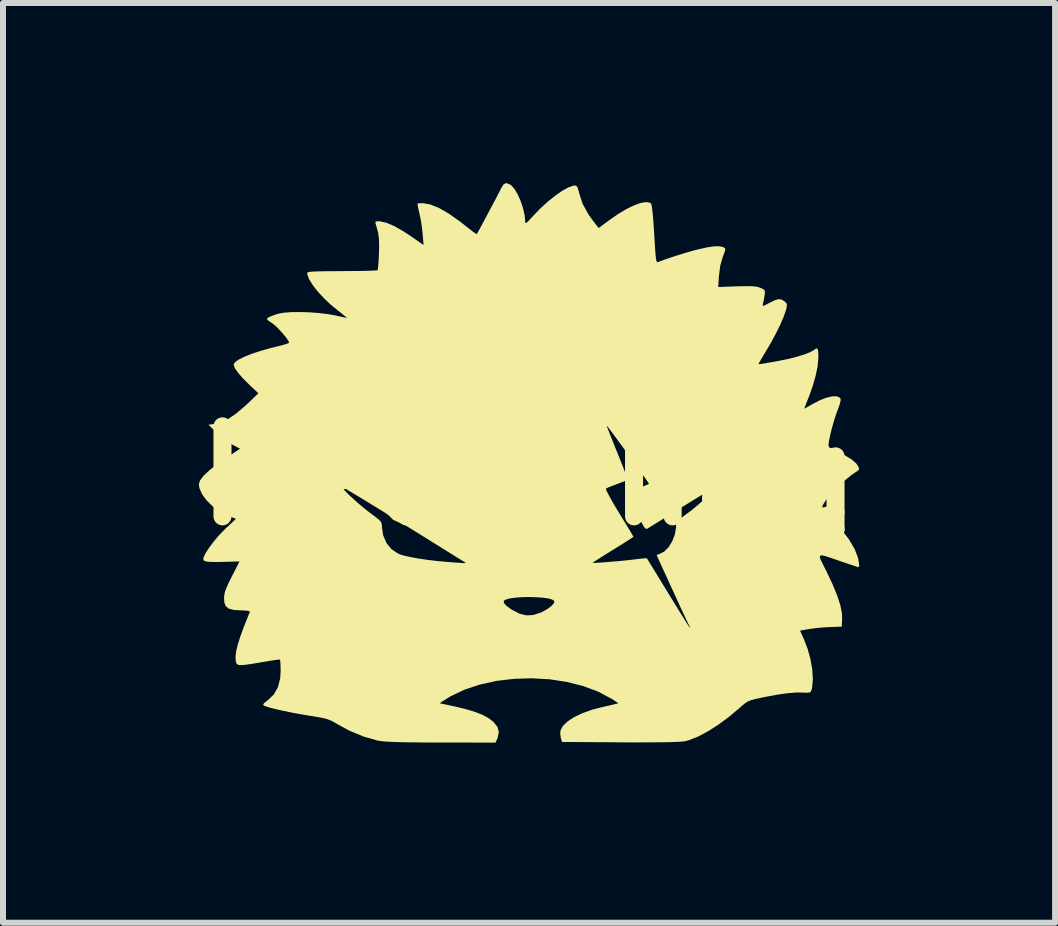
<source format=kicad_pcb>
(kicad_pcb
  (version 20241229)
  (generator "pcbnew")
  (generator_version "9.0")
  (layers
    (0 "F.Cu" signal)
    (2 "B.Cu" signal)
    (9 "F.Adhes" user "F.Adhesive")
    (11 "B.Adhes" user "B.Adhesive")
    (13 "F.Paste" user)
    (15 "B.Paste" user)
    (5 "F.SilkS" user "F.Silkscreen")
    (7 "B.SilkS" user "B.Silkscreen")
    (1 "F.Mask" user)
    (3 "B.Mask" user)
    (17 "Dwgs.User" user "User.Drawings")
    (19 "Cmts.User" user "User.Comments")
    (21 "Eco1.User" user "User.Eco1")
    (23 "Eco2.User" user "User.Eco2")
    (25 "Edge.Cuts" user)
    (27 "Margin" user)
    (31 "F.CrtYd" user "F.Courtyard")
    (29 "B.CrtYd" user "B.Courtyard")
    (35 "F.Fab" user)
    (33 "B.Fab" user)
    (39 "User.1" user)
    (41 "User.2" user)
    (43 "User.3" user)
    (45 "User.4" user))
  (footprint "Hedgehog"
    (layer "F.Cu")
    (at 5.764 4.875)
    (property "Reference" "Hedgehog" (at 0 0 0) (layer "F.SilkS") (effects (font (size 1.5 1.5) (thickness 0.3))))
    (attr board_only exclude_from_pos_files exclude_from_bom)
    (fp_poly (pts (xy -0.322 -4.854) (xy -0.292 -4.833) (xy -0.239 -4.773) (xy -0.186 -4.681) (xy -0.137 -4.57) (xy -0.098 -4.45) (xy -0.072 -4.334) (xy -0.064 -4.244) (xy -0.063 -4.217) (xy -0.054 -4.208) (xy -0.034 -4.22) (xy 0.004 -4.257) (xy 0.064 -4.322) (xy 0.076 -4.335) (xy 0.194 -4.457) (xy 0.318 -4.569) (xy 0.439 -4.666) (xy 0.553 -4.746) (xy 0.654 -4.802) (xy 0.736 -4.831) (xy 0.764 -4.835) (xy 0.791 -4.828) (xy 0.81 -4.8) (xy 0.827 -4.741) (xy 0.834 -4.712) (xy 0.893 -4.529) (xy 0.996 -4.344) (xy 1.066 -4.247) (xy 1.161 -4.126) (xy 1.349 -4.265) (xy 1.491 -4.363) (xy 1.627 -4.444) (xy 1.751 -4.504) (xy 1.86 -4.543) (xy 1.949 -4.558) (xy 2.012 -4.548) (xy 2.035 -4.531) (xy 2.044 -4.501) (xy 2.053 -4.433) (xy 2.064 -4.333) (xy 2.074 -4.206) (xy 2.084 -4.058) (xy 2.086 -4.023) (xy 2.095 -3.867) (xy 2.103 -3.749) (xy 2.11 -3.664) (xy 2.117 -3.607) (xy 2.125 -3.573) (xy 2.134 -3.558) (xy 2.145 -3.557) (xy 2.147 -3.558) (xy 2.235 -3.591) (xy 2.351 -3.631) (xy 2.483 -3.674) (xy 2.618 -3.715) (xy 2.743 -3.751) (xy 2.826 -3.772) (xy 2.979 -3.806) (xy 3.098 -3.822) (xy 3.185 -3.821) (xy 3.244 -3.804) (xy 3.264 -3.79) (xy 3.27 -3.77) (xy 3.262 -3.734) (xy 3.238 -3.671) (xy 3.23 -3.652) (xy 3.187 -3.502) (xy 3.165 -3.332) (xy 3.153 -3.143) (xy 3.462 -3.154) (xy 3.592 -3.157) (xy 3.688 -3.157) (xy 3.757 -3.153) (xy 3.809 -3.144) (xy 3.852 -3.131) (xy 3.855 -3.129) (xy 3.907 -3.105) (xy 3.929 -3.08) (xy 3.93 -3.038) (xy 3.925 -3.003) (xy 3.913 -2.933) (xy 3.901 -2.874) (xy 3.898 -2.863) (xy 3.893 -2.838) (xy 3.9 -2.829) (xy 3.927 -2.838) (xy 3.982 -2.866) (xy 4.007 -2.879) (xy 4.093 -2.921) (xy 4.155 -2.94) (xy 4.202 -2.936) (xy 4.247 -2.911) (xy 4.257 -2.903) (xy 4.287 -2.876) (xy 4.297 -2.848) (xy 4.292 -2.804) (xy 4.281 -2.758) (xy 4.244 -2.65) (xy 4.186 -2.515) (xy 4.109 -2.36) (xy 4.018 -2.193) (xy 3.957 -2.09) (xy 3.906 -2.004) (xy 3.864 -1.933) (xy 3.835 -1.883) (xy 3.825 -1.863) (xy 3.83 -1.859) (xy 3.847 -1.859) (xy 3.884 -1.864) (xy 3.944 -1.874) (xy 4.035 -1.89) (xy 4.163 -1.913) (xy 4.174 -1.915) (xy 4.323 -1.945) (xy 4.462 -1.981) (xy 4.584 -2.018) (xy 4.68 -2.056) (xy 4.743 -2.09) (xy 4.751 -2.097) (xy 4.785 -2.12) (xy 4.806 -2.114) (xy 4.818 -2.075) (xy 4.821 -1.999) (xy 4.82 -1.948) (xy 4.807 -1.815) (xy 4.774 -1.657) (xy 4.724 -1.485) (xy 4.662 -1.31) (xy 4.642 -1.262) (xy 4.614 -1.193) (xy 4.594 -1.141) (xy 4.588 -1.118) (xy 4.588 -1.117) (xy 4.609 -1.127) (xy 4.656 -1.154) (xy 4.72 -1.191) (xy 4.721 -1.191) (xy 4.843 -1.255) (xy 4.955 -1.299) (xy 5.052 -1.321) (xy 5.129 -1.322) (xy 5.179 -1.299) (xy 5.192 -1.279) (xy 5.191 -1.245) (xy 5.175 -1.184) (xy 5.149 -1.11) (xy 5.146 -1.104) (xy 5.112 -1.011) (xy 5.078 -0.903) (xy 5.046 -0.789) (xy 5.019 -0.681) (xy 5 -0.588) (xy 4.99 -0.521) (xy 4.99 -0.497) (xy 5.002 -0.466) (xy 5.034 -0.439) (xy 5.096 -0.41) (xy 5.132 -0.396) (xy 5.266 -0.337) (xy 5.374 -0.271) (xy 5.452 -0.203) (xy 5.479 -0.164) (xy 5.499 -0.12) (xy 5.495 -0.096) (xy 5.471 -0.078) (xy 5.359 -0.001) (xy 5.241 0.097) (xy 5.125 0.206) (xy 5.022 0.316) (xy 4.939 0.42) (xy 4.899 0.484) (xy 4.887 0.511) (xy 4.887 0.535) (xy 4.903 0.565) (xy 4.939 0.608) (xy 5 0.672) (xy 5.022 0.694) (xy 5.195 0.884) (xy 5.33 1.061) (xy 5.426 1.224) (xy 5.482 1.371) (xy 5.494 1.433) (xy 5.501 1.493) (xy 5.497 1.519) (xy 5.48 1.523) (xy 5.467 1.519) (xy 5.431 1.507) (xy 5.364 1.485) (xy 5.276 1.455) (xy 5.179 1.422) (xy 5.043 1.375) (xy 4.946 1.343) (xy 4.882 1.327) (xy 4.85 1.332) (xy 4.844 1.358) (xy 4.863 1.409) (xy 4.902 1.488) (xy 4.954 1.591) (xy 5.058 1.81) (xy 5.135 1.998) (xy 5.187 2.158) (xy 5.214 2.293) (xy 5.217 2.386) (xy 5.211 2.515) (xy 5.007 2.523) (xy 4.896 2.529) (xy 4.781 2.54) (xy 4.682 2.553) (xy 4.659 2.557) (xy 4.516 2.582) (xy 4.581 2.726) (xy 4.643 2.889) (xy 4.69 3.06) (xy 4.719 3.23) (xy 4.729 3.388) (xy 4.718 3.523) (xy 4.708 3.567) (xy 4.697 3.596) (xy 4.678 3.611) (xy 4.639 3.617) (xy 4.571 3.615) (xy 4.555 3.614) (xy 4.436 3.614) (xy 4.297 3.626) (xy 4.131 3.65) (xy 3.932 3.687) (xy 3.87 3.7) (xy 3.769 3.721) (xy 3.698 3.741) (xy 3.644 3.763) (xy 3.596 3.795) (xy 3.541 3.841) (xy 3.516 3.864) (xy 3.336 4.015) (xy 3.155 4.149) (xy 2.979 4.261) (xy 2.813 4.349) (xy 2.663 4.408) (xy 2.596 4.425) (xy 2.539 4.432) (xy 2.44 4.437) (xy 2.299 4.441) (xy 2.116 4.443) (xy 1.892 4.444) (xy 1.627 4.444) (xy 1.516 4.443) (xy 0.55 4.437) (xy 0.53 4.369) (xy 0.52 4.304) (xy 0.524 4.247) (xy 0.563 4.172) (xy 0.64 4.097) (xy 0.749 4.025) (xy 0.886 3.959) (xy 1.044 3.902) (xy 1.165 3.869) (xy 1.26 3.847) (xy 1.346 3.827) (xy 1.41 3.812) (xy 1.428 3.807) (xy 1.491 3.792) (xy 1.381 3.721) (xy 1.156 3.6) (xy 0.904 3.506) (xy 0.631 3.437) (xy 0.344 3.393) (xy 0.049 3.376) (xy -0.247 3.385) (xy -0.538 3.419) (xy -0.816 3.48) (xy -1.076 3.566) (xy -1.31 3.678) (xy -1.381 3.721) (xy -1.491 3.792) (xy -1.417 3.807) (xy -1.204 3.853) (xy -1.029 3.897) (xy -0.887 3.941) (xy -0.773 3.986) (xy -0.682 4.035) (xy -0.608 4.089) (xy -0.587 4.109) (xy -0.524 4.19) (xy -0.503 4.273) (xy -0.522 4.365) (xy -0.524 4.371) (xy -0.557 4.448) (xy -1.466 4.446) (xy -1.703 4.446) (xy -1.902 4.444) (xy -2.066 4.442) (xy -2.199 4.439) (xy -2.306 4.435) (xy -2.391 4.43) (xy -2.457 4.424) (xy -2.508 4.416) (xy -2.525 4.413) (xy -2.753 4.348) (xy -2.986 4.252) (xy -3.175 4.15) (xy -3.244 4.11) (xy -3.302 4.08) (xy -3.358 4.058) (xy -3.423 4.04) (xy -3.507 4.024) (xy -3.62 4.005) (xy -3.667 3.998) (xy -3.814 3.973) (xy -3.961 3.946) (xy -4.1 3.917) (xy -4.223 3.889) (xy -4.324 3.863) (xy -4.394 3.841) (xy -4.416 3.831) (xy -4.429 3.815) (xy -4.416 3.792) (xy -4.371 3.756) (xy -4.354 3.743) (xy -4.251 3.645) (xy -4.182 3.522) (xy -4.145 3.372) (xy -4.138 3.251) (xy -4.14 3.168) (xy -4.143 3.104) (xy -4.147 3.069) (xy -4.149 3.065) (xy -4.172 3.065) (xy -4.23 3.072) (xy -4.314 3.085) (xy -4.416 3.102) (xy -4.448 3.107) (xy -4.592 3.132) (xy -4.699 3.148) (xy -4.775 3.156) (xy -4.826 3.156) (xy -4.857 3.147) (xy -4.874 3.128) (xy -4.884 3.101) (xy -4.886 3.089) (xy -4.89 3.019) (xy -4.88 2.93) (xy -4.854 2.82) (xy -4.811 2.683) (xy -4.75 2.516) (xy -4.67 2.316) (xy -4.65 2.267) (xy -4.665 2.256) (xy -4.718 2.248) (xy -4.802 2.244) (xy -4.803 2.244) (xy -4.92 2.237) (xy -5.001 2.216) (xy -5.051 2.177) (xy -5.076 2.115) (xy -5.078 2.087) (xy -0.421 2.087) (xy -0.418 2.122) (xy -0.376 2.169) (xy -0.297 2.227) (xy -0.29 2.231) (xy -0.163 2.298) (xy -0.046 2.328) (xy 0.071 2.322) (xy 0.198 2.28) (xy 0.227 2.266) (xy 0.306 2.222) (xy 0.37 2.174) (xy 0.412 2.129) (xy 0.423 2.094) (xy 0.421 2.088) (xy 0.385 2.064) (xy 0.315 2.045) (xy 0.219 2.032) (xy 0.107 2.025) (xy -0.013 2.022) (xy -0.131 2.025) (xy -0.241 2.034) (xy -0.331 2.048) (xy -0.395 2.068) (xy -0.421 2.087) (xy -5.078 2.087) (xy -5.081 2.043) (xy -5.077 1.988) (xy -5.065 1.933) (xy -5.041 1.867) (xy -5.002 1.781) (xy -4.952 1.68) (xy -4.823 1.429) (xy -5.078 1.436) (xy -5.213 1.439) (xy -5.311 1.437) (xy -5.375 1.431) (xy -5.413 1.418) (xy -5.427 1.398) (xy -5.425 1.371) (xy -5.425 1.369) (xy -5.392 1.297) (xy -5.334 1.206) (xy -5.258 1.104) (xy -5.171 1) (xy -5.079 0.904) (xy -5.051 0.877) (xy -4.882 0.72) (xy -5.031 0.659) (xy -5.158 0.594) (xy -5.274 0.509) (xy -5.372 0.412) (xy -5.447 0.31) (xy -5.491 0.209) (xy -5.495 0.186) (xy -3.115 0.186) (xy -3.107 0.206) (xy -3.072 0.247) (xy -3.016 0.304) (xy -2.944 0.372) (xy -2.863 0.445) (xy -2.779 0.517) (xy -2.697 0.583) (xy -2.645 0.623) (xy -2.561 0.685) (xy -2.506 0.729) (xy -2.473 0.763) (xy -2.457 0.793) (xy -2.452 0.827) (xy -2.451 0.85) (xy -2.43 0.994) (xy -2.376 1.121) (xy -2.292 1.224) (xy -2.183 1.298) (xy -2.122 1.322) (xy -2.007 1.35) (xy -1.86 1.378) (xy -1.692 1.403) (xy -1.512 1.424) (xy -1.365 1.437) (xy -1.24 1.447) (xy -1.152 1.453) (xy -1.096 1.457) (xy -1.066 1.457) (xy -1.055 1.454) (xy -1.057 1.453) (xy 1.059 1.453) (xy 1.059 1.453) (xy 1.082 1.454) (xy 1.14 1.451) (xy 1.223 1.446) (xy 1.325 1.438) (xy 1.435 1.429) (xy 1.546 1.419) (xy 1.65 1.408) (xy 1.738 1.398) (xy 1.768 1.394) (xy 1.853 1.384) (xy 1.919 1.378) (xy 1.958 1.376) (xy 1.964 1.378) (xy 1.976 1.397) (xy 2.008 1.449) (xy 2.057 1.529) (xy 2.121 1.632) (xy 2.195 1.754) (xy 2.278 1.89) (xy 2.322 1.961) (xy 2.408 2.102) (xy 2.487 2.231) (xy 2.556 2.342) (xy 2.613 2.432) (xy 2.654 2.497) (xy 2.676 2.531) (xy 2.68 2.536) (xy 2.678 2.52) (xy 2.668 2.498) (xy 2.653 2.467) (xy 2.623 2.405) (xy 2.582 2.318) (xy 2.532 2.21) (xy 2.476 2.089) (xy 2.417 1.959) (xy 2.356 1.828) (xy 2.298 1.7) (xy 2.244 1.582) (xy 2.197 1.48) (xy 2.16 1.398) (xy 2.136 1.344) (xy 2.127 1.323) (xy 2.127 1.323) (xy 2.145 1.313) (xy 2.18 1.302) (xy 2.256 1.263) (xy 2.326 1.191) (xy 2.386 1.094) (xy 2.429 0.983) (xy 2.449 0.868) (xy 2.45 0.84) (xy 2.453 0.804) (xy 2.464 0.773) (xy 2.491 0.742) (xy 2.539 0.702) (xy 2.615 0.646) (xy 2.639 0.628) (xy 2.713 0.573) (xy 2.794 0.506) (xy 2.878 0.433) (xy 2.957 0.361) (xy 3.027 0.295) (xy 3.08 0.239) (xy 3.11 0.201) (xy 3.115 0.186) (xy 3.095 0.195) (xy 3.043 0.224) (xy 2.964 0.27) (xy 2.862 0.332) (xy 2.742 0.405) (xy 2.609 0.487) (xy 2.557 0.519) (xy 2.418 0.606) (xy 2.289 0.686) (xy 2.175 0.757) (xy 2.082 0.815) (xy 2.014 0.857) (xy 1.976 0.88) (xy 1.971 0.883) (xy 1.954 0.888) (xy 1.937 0.878) (xy 1.914 0.85) (xy 1.884 0.797) (xy 1.843 0.715) (xy 1.793 0.61) (xy 1.745 0.506) (xy 1.705 0.415) (xy 1.677 0.344) (xy 1.663 0.301) (xy 1.662 0.292) (xy 1.685 0.274) (xy 1.739 0.247) (xy 1.812 0.215) (xy 1.835 0.207) (xy 1.91 0.177) (xy 1.967 0.152) (xy 1.997 0.137) (xy 1.998 0.135) (xy 1.987 0.115) (xy 1.953 0.067) (xy 1.902 -0.005) (xy 1.838 -0.096) (xy 1.764 -0.198) (xy 1.685 -0.308) (xy 1.603 -0.42) (xy 1.524 -0.528) (xy 1.451 -0.628) (xy 1.388 -0.713) (xy 1.338 -0.779) (xy 1.307 -0.82) (xy 1.296 -0.831) (xy 1.302 -0.81) (xy 1.323 -0.755) (xy 1.355 -0.672) (xy 1.397 -0.567) (xy 1.446 -0.445) (xy 1.47 -0.386) (xy 1.522 -0.257) (xy 1.567 -0.143) (xy 1.604 -0.048) (xy 1.629 0.022) (xy 1.642 0.061) (xy 1.642 0.067) (xy 1.62 0.079) (xy 1.567 0.102) (xy 1.493 0.13) (xy 1.467 0.14) (xy 1.388 0.169) (xy 1.323 0.195) (xy 1.286 0.213) (xy 1.281 0.216) (xy 1.286 0.239) (xy 1.312 0.292) (xy 1.353 0.37) (xy 1.409 0.469) (xy 1.476 0.581) (xy 1.502 0.623) (xy 1.572 0.738) (xy 1.635 0.84) (xy 1.685 0.924) (xy 1.721 0.985) (xy 1.739 1.016) (xy 1.741 1.018) (xy 1.723 1.031) (xy 1.675 1.063) (xy 1.601 1.11) (xy 1.508 1.168) (xy 1.401 1.235) (xy 1.397 1.237) (xy 1.29 1.303) (xy 1.197 1.362) (xy 1.124 1.408) (xy 1.076 1.44) (xy 1.059 1.453) (xy -1.057 1.453) (xy -1.06 1.449) (xy -1.073 1.441) (xy -1.074 1.44) (xy -1.362 1.261) (xy -1.635 1.091) (xy -1.891 0.932) (xy -2.128 0.785) (xy -2.345 0.651) (xy -2.539 0.532) (xy -2.708 0.428) (xy -2.851 0.341) (xy -2.965 0.273) (xy -3.048 0.223) (xy -3.099 0.194) (xy -3.115 0.186) (xy -5.495 0.186) (xy -5.501 0.143) (xy -5.481 0.079) (xy -5.421 0.000027) (xy -5.321 -0.093) (xy -5.183 -0.201) (xy -5.067 -0.28) (xy -4.815 -0.449) (xy -4.948 -0.52) (xy -5.031 -0.572) (xy -5.123 -0.641) (xy -5.205 -0.715) (xy -5.211 -0.72) (xy -5.34 -0.849) (xy -5.243 -0.861) (xy -5.134 -0.887) (xy -5.018 -0.941) (xy -4.891 -1.026) (xy -4.75 -1.144) (xy -4.666 -1.221) (xy -4.509 -1.373) (xy -4.654 -1.508) (xy -4.76 -1.614) (xy -4.842 -1.707) (xy -4.897 -1.784) (xy -4.92 -1.842) (xy -4.921 -1.85) (xy -4.9 -1.888) (xy -4.842 -1.931) (xy -4.749 -1.978) (xy -4.626 -2.028) (xy -4.477 -2.077) (xy -4.306 -2.126) (xy -4.163 -2.161) (xy -4.086 -2.181) (xy -4.027 -2.199) (xy -3.998 -2.213) (xy -3.997 -2.215) (xy -4.011 -2.25) (xy -4.049 -2.304) (xy -4.103 -2.369) (xy -4.164 -2.436) (xy -4.224 -2.496) (xy -4.276 -2.538) (xy -4.285 -2.544) (xy -4.341 -2.581) (xy -4.364 -2.604) (xy -4.361 -2.621) (xy -4.345 -2.634) (xy -4.304 -2.654) (xy -4.238 -2.679) (xy -4.18 -2.698) (xy -4.089 -2.715) (xy -3.966 -2.724) (xy -3.822 -2.726) (xy -3.665 -2.722) (xy -3.508 -2.71) (xy -3.359 -2.693) (xy -3.23 -2.67) (xy -3.223 -2.668) (xy -3.141 -2.65) (xy -3.077 -2.636) (xy -3.041 -2.63) (xy -3.036 -2.63) (xy -3.05 -2.644) (xy -3.091 -2.677) (xy -3.15 -2.725) (xy -3.179 -2.747) (xy -3.305 -2.85) (xy -3.42 -2.96) (xy -3.522 -3.07) (xy -3.604 -3.176) (xy -3.663 -3.271) (xy -3.693 -3.349) (xy -3.696 -3.374) (xy -3.691 -3.384) (xy -3.674 -3.391) (xy -3.639 -3.397) (xy -3.583 -3.401) (xy -3.5 -3.404) (xy -3.387 -3.406) (xy -3.238 -3.407) (xy -3.116 -3.408) (xy -2.962 -3.409) (xy -2.823 -3.41) (xy -2.704 -3.413) (xy -2.61 -3.416) (xy -2.548 -3.419) (xy -2.523 -3.422) (xy -2.523 -3.422) (xy -2.517 -3.448) (xy -2.511 -3.507) (xy -2.505 -3.592) (xy -2.5 -3.694) (xy -2.5 -3.7) (xy -2.497 -3.844) (xy -2.501 -3.953) (xy -2.512 -4.037) (xy -2.52 -4.072) (xy -2.539 -4.14) (xy -2.555 -4.194) (xy -2.559 -4.212) (xy -2.556 -4.233) (xy -2.524 -4.239) (xy -2.485 -4.238) (xy -2.377 -4.214) (xy -2.246 -4.159) (xy -2.091 -4.07) (xy -1.962 -3.985) (xy -1.757 -3.843) (xy -1.773 -4.033) (xy -1.785 -4.144) (xy -1.803 -4.261) (xy -1.824 -4.362) (xy -1.827 -4.373) (xy -1.844 -4.448) (xy -1.855 -4.505) (xy -1.856 -4.533) (xy -1.856 -4.533) (xy -1.83 -4.539) (xy -1.779 -4.54) (xy -1.765 -4.54) (xy -1.641 -4.517) (xy -1.496 -4.458) (xy -1.331 -4.362) (xy -1.146 -4.232) (xy -1.067 -4.169) (xy -0.991 -4.109) (xy -0.929 -4.061) (xy -0.886 -4.031) (xy -0.871 -4.023) (xy -0.858 -4.046) (xy -0.828 -4.1) (xy -0.786 -4.178) (xy -0.735 -4.273) (xy -0.68 -4.377) (xy -0.623 -4.484) (xy -0.569 -4.585) (xy -0.522 -4.675) (xy -0.485 -4.746) (xy -0.463 -4.791) (xy -0.46 -4.797) (xy -0.421 -4.857) (xy -0.378 -4.875)) (stroke (width 0) (type solid)) (fill yes) (layer "F.SilkS")))
  (gr_rect
    (start -3 -3)
    (end 14.529 12.324)
    (stroke (width 0.1) (type default))
    (fill no)
    (layer "Edge.Cuts")))
</source>
